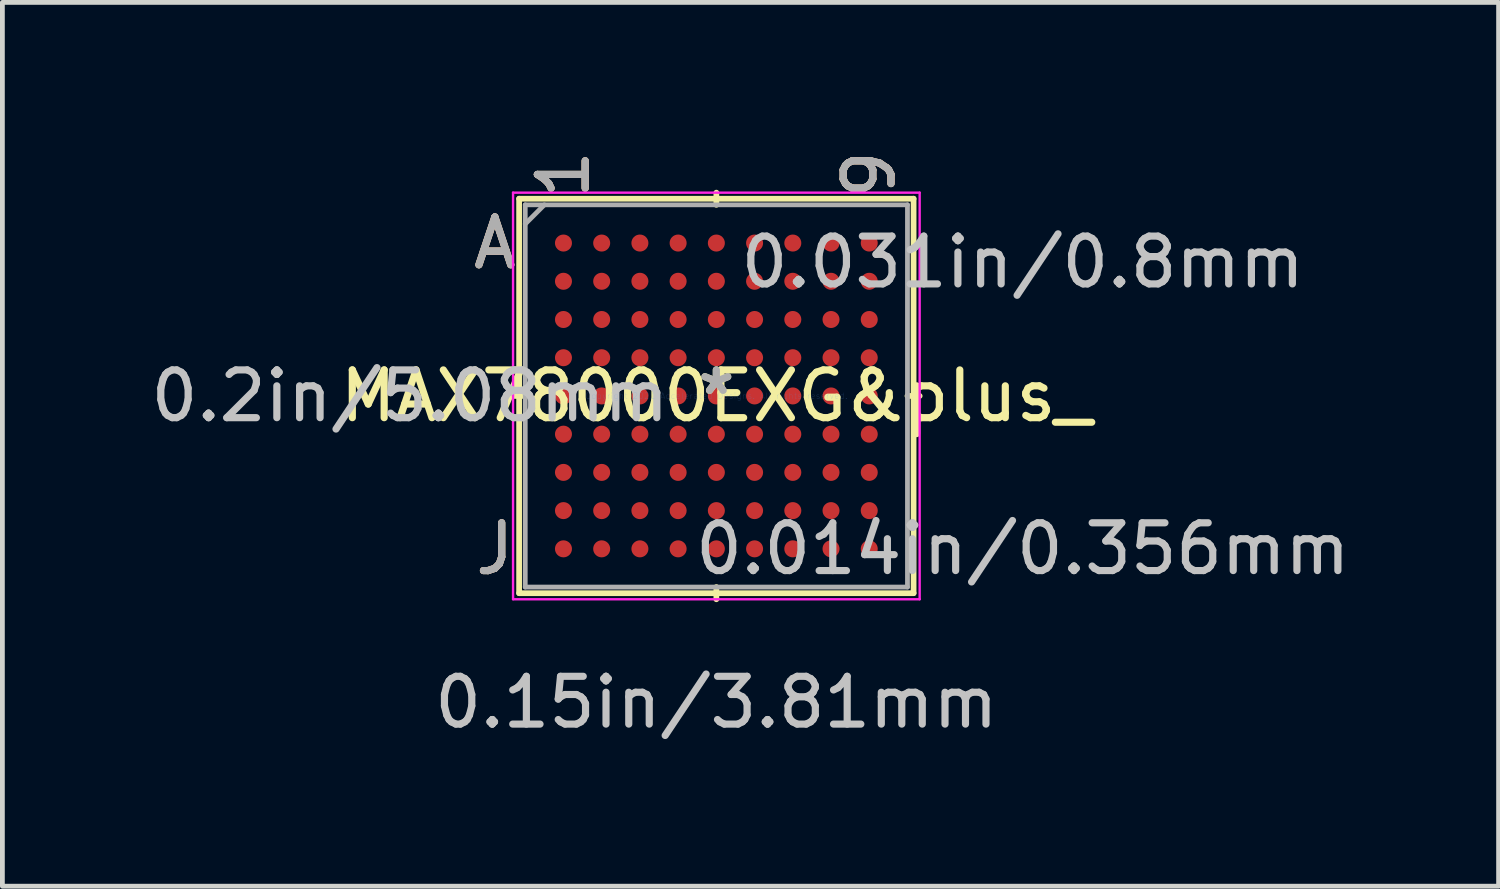
<source format=kicad_pcb>
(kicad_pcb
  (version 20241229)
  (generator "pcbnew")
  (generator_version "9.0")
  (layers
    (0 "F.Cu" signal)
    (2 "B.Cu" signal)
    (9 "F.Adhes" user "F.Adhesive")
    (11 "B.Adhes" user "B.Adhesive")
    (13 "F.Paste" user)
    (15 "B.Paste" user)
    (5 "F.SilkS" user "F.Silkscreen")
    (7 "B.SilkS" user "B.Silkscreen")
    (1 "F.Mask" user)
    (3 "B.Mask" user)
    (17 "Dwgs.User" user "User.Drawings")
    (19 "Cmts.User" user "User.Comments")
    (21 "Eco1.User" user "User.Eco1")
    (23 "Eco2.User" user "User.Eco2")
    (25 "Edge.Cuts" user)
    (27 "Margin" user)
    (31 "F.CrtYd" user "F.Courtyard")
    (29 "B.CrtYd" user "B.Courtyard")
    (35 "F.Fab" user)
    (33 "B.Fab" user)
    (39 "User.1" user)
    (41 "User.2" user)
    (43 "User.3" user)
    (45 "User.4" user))
  (footprint "MAX78000EXG&plus_"
    (layer "F.Cu")
    (at 11.943 5.237)
    (property "Reference" "MAX78000EXG&plus_" (at 0 0 0) (layer "F.SilkS") (effects (font (size 1 1) (thickness 0.15))))
    (attr through_hole)
    (fp_line (start -4.128 -4.128) (end -4.128 4.128) (stroke (width 0.12) (type solid)) (layer "F.SilkS"))
    (fp_line (start -4.128 4.128) (end 4.128 4.128) (stroke (width 0.12) (type solid)) (layer "F.SilkS"))
    (fp_line (start -4 0) (end -4.255 0) (stroke (width 0.12) (type solid)) (layer "F.SilkS"))
    (fp_line (start 0 -4) (end 0 -4.255) (stroke (width 0.12) (type solid)) (layer "F.SilkS"))
    (fp_line (start 0 4) (end 0 4.255) (stroke (width 0.12) (type solid)) (layer "F.SilkS"))
    (fp_line (start 4 0) (end 4.255 0) (stroke (width 0.12) (type solid)) (layer "F.SilkS"))
    (fp_line (start 4.128 -4.128) (end -4.128 -4.128) (stroke (width 0.12) (type solid)) (layer "F.SilkS"))
    (fp_line (start 4.128 4.128) (end 4.128 -4.128) (stroke (width 0.12) (type solid)) (layer "F.SilkS"))
    (fp_line (start -4.255 -4.255) (end 4.255 -4.255) (stroke (width 0.05) (type solid)) (layer "F.CrtYd"))
    (fp_line (start -4.255 4.255) (end -4.255 -4.255) (stroke (width 0.05) (type solid)) (layer "F.CrtYd"))
    (fp_line (start 4.255 -4.255) (end 4.255 4.255) (stroke (width 0.05) (type solid)) (layer "F.CrtYd"))
    (fp_line (start 4.255 4.255) (end -4.255 4.255) (stroke (width 0.05) (type solid)) (layer "F.CrtYd"))
    (fp_line (start -4 -4) (end -4 4) (stroke (width 0.1) (type solid)) (layer "F.Fab"))
    (fp_line (start -4 4) (end 4 4) (stroke (width 0.1) (type solid)) (layer "F.Fab"))
    (fp_line (start -3.6 -4) (end -4 -3.6) (stroke (width 0.1) (type solid)) (layer "F.Fab"))
    (fp_line (start 4 -4) (end -4 -4) (stroke (width 0.1) (type solid)) (layer "F.Fab"))
    (fp_line (start 4 4) (end 4 -4) (stroke (width 0.1) (type solid)) (layer "F.Fab"))
    (fp_text user "*" (at 0 0 0) (layer "F.SilkS") (effects (font (size 1 1) (thickness 0.15))))
    (fp_text user "9" (at 3.2 -4.636 90) (layer "F.SilkS") (effects (font (size 1 1) (thickness 0.15))))
    (fp_text user "J" (at -4.636 3.2 0) (layer "F.SilkS") (effects (font (size 1 1) (thickness 0.15))))
    (fp_text user "A" (at -4.636 -3.2 0) (layer "F.SilkS") (effects (font (size 1 1) (thickness 0.15))))
    (fp_text user "1" (at -3.2 -4.636 90) (layer "F.SilkS") (effects (font (size 1 1) (thickness 0.15))))
    (fp_text user "9" (at 3.2 -4.636 90) (layer "B.SilkS") (effects (font (size 1 1) (thickness 0.15))))
    (fp_text user "1" (at -3.2 -4.636 90) (layer "B.SilkS") (effects (font (size 1 1) (thickness 0.15))))
    (fp_text user "A" (at -4.636 -3.2 0) (layer "B.SilkS") (effects (font (size 1 1) (thickness 0.15))))
    (fp_text user "J" (at -4.636 3.2 0) (layer "B.SilkS") (effects (font (size 1 1) (thickness 0.15))))
    (fp_text user "0.15in/3.81mm" (at 0 6.413 0) (layer "Dwgs.User") (effects (font (size 1 1) (thickness 0.15))))
    (fp_text user "0.031in/0.8mm" (at 6.413 -2.8 0) (layer "Dwgs.User") (effects (font (size 1 1) (thickness 0.15))))
    (fp_text user "0.2in/5.08mm" (at -6.413 0 0) (layer "Dwgs.User") (effects (font (size 1 1) (thickness 0.15))))
    (fp_text user "0.014in/0.356mm" (at 6.413 3.2 0) (layer "Dwgs.User") (effects (font (size 1 1) (thickness 0.15))))
    (fp_text user "Copyright 2021 Accelerated Designs. All rights reserved." (at 0 0 0) (layer "Cmts.User") (effects (font (size 0.127 0.127) (thickness 0.002))))
    (fp_text user "A" (at -4.636 -3.2 0) (layer "F.Fab") (effects (font (size 1 1) (thickness 0.15))))
    (fp_text user "*" (at 0 0 0) (layer "F.Fab") (effects (font (size 1 1) (thickness 0.15))))
    (fp_text user "9" (at 3.2 -4.636 90) (layer "F.Fab") (effects (font (size 1 1) (thickness 0.15))))
    (fp_text user "J" (at -4.636 3.2 0) (layer "F.Fab") (effects (font (size 1 1) (thickness 0.15))))
    (fp_text user "1" (at -3.2 -4.636 90) (layer "F.Fab") (effects (font (size 1 1) (thickness 0.15))))
    (pad "A1" smd circle (at -3.2 -3.2) (size 0.356 0.356) (layers "F.Cu" "F.Mask" "F.Paste"))
    (pad "A2" smd circle (at -2.4 -3.2) (size 0.356 0.356) (layers "F.Cu" "F.Mask" "F.Paste"))
    (pad "A3" smd circle (at -1.6 -3.2) (size 0.356 0.356) (layers "F.Cu" "F.Mask" "F.Paste"))
    (pad "A4" smd circle (at -0.8 -3.2) (size 0.356 0.356) (layers "F.Cu" "F.Mask" "F.Paste"))
    (pad "A5" smd circle (at 0 -3.2) (size 0.356 0.356) (layers "F.Cu" "F.Mask" "F.Paste"))
    (pad "A6" smd circle (at 0.8 -3.2) (size 0.356 0.356) (layers "F.Cu" "F.Mask" "F.Paste"))
    (pad "A7" smd circle (at 1.6 -3.2) (size 0.356 0.356) (layers "F.Cu" "F.Mask" "F.Paste"))
    (pad "A8" smd circle (at 2.4 -3.2) (size 0.356 0.356) (layers "F.Cu" "F.Mask" "F.Paste"))
    (pad "A9" smd circle (at 3.2 -3.2) (size 0.356 0.356) (layers "F.Cu" "F.Mask" "F.Paste"))
    (pad "B1" smd circle (at -3.2 -2.4) (size 0.356 0.356) (layers "F.Cu" "F.Mask" "F.Paste"))
    (pad "B2" smd circle (at -2.4 -2.4) (size 0.356 0.356) (layers "F.Cu" "F.Mask" "F.Paste"))
    (pad "B3" smd circle (at -1.6 -2.4) (size 0.356 0.356) (layers "F.Cu" "F.Mask" "F.Paste"))
    (pad "B4" smd circle (at -0.8 -2.4) (size 0.356 0.356) (layers "F.Cu" "F.Mask" "F.Paste"))
    (pad "B5" smd circle (at 0 -2.4) (size 0.356 0.356) (layers "F.Cu" "F.Mask" "F.Paste"))
    (pad "B6" smd circle (at 0.8 -2.4) (size 0.356 0.356) (layers "F.Cu" "F.Mask" "F.Paste"))
    (pad "B7" smd circle (at 1.6 -2.4) (size 0.356 0.356) (layers "F.Cu" "F.Mask" "F.Paste"))
    (pad "B8" smd circle (at 2.4 -2.4) (size 0.356 0.356) (layers "F.Cu" "F.Mask" "F.Paste"))
    (pad "B9" smd circle (at 3.2 -2.4) (size 0.356 0.356) (layers "F.Cu" "F.Mask" "F.Paste"))
    (pad "C1" smd circle (at -3.2 -1.6) (size 0.356 0.356) (layers "F.Cu" "F.Mask" "F.Paste"))
    (pad "C2" smd circle (at -2.4 -1.6) (size 0.356 0.356) (layers "F.Cu" "F.Mask" "F.Paste"))
    (pad "C3" smd circle (at -1.6 -1.6) (size 0.356 0.356) (layers "F.Cu" "F.Mask" "F.Paste"))
    (pad "C4" smd circle (at -0.8 -1.6) (size 0.356 0.356) (layers "F.Cu" "F.Mask" "F.Paste"))
    (pad "C5" smd circle (at 0 -1.6) (size 0.356 0.356) (layers "F.Cu" "F.Mask" "F.Paste"))
    (pad "C6" smd circle (at 0.8 -1.6) (size 0.356 0.356) (layers "F.Cu" "F.Mask" "F.Paste"))
    (pad "C7" smd circle (at 1.6 -1.6) (size 0.356 0.356) (layers "F.Cu" "F.Mask" "F.Paste"))
    (pad "C8" smd circle (at 2.4 -1.6) (size 0.356 0.356) (layers "F.Cu" "F.Mask" "F.Paste"))
    (pad "C9" smd circle (at 3.2 -1.6) (size 0.356 0.356) (layers "F.Cu" "F.Mask" "F.Paste"))
    (pad "D1" smd circle (at -3.2 -0.8) (size 0.356 0.356) (layers "F.Cu" "F.Mask" "F.Paste"))
    (pad "D2" smd circle (at -2.4 -0.8) (size 0.356 0.356) (layers "F.Cu" "F.Mask" "F.Paste"))
    (pad "D3" smd circle (at -1.6 -0.8) (size 0.356 0.356) (layers "F.Cu" "F.Mask" "F.Paste"))
    (pad "D4" smd circle (at -0.8 -0.8) (size 0.356 0.356) (layers "F.Cu" "F.Mask" "F.Paste"))
    (pad "D5" smd circle (at 0 -0.8) (size 0.356 0.356) (layers "F.Cu" "F.Mask" "F.Paste"))
    (pad "D6" smd circle (at 0.8 -0.8) (size 0.356 0.356) (layers "F.Cu" "F.Mask" "F.Paste"))
    (pad "D7" smd circle (at 1.6 -0.8) (size 0.356 0.356) (layers "F.Cu" "F.Mask" "F.Paste"))
    (pad "D8" smd circle (at 2.4 -0.8) (size 0.356 0.356) (layers "F.Cu" "F.Mask" "F.Paste"))
    (pad "D9" smd circle (at 3.2 -0.8) (size 0.356 0.356) (layers "F.Cu" "F.Mask" "F.Paste"))
    (pad "E1" smd circle (at -3.2 0) (size 0.356 0.356) (layers "F.Cu" "F.Mask" "F.Paste"))
    (pad "E2" smd circle (at -2.4 0) (size 0.356 0.356) (layers "F.Cu" "F.Mask" "F.Paste"))
    (pad "E3" smd circle (at -1.6 0) (size 0.356 0.356) (layers "F.Cu" "F.Mask" "F.Paste"))
    (pad "E4" smd circle (at -0.8 0) (size 0.356 0.356) (layers "F.Cu" "F.Mask" "F.Paste"))
    (pad "E5" smd circle (at 0 0) (size 0.356 0.356) (layers "F.Cu" "F.Mask" "F.Paste"))
    (pad "E6" smd circle (at 0.8 0) (size 0.356 0.356) (layers "F.Cu" "F.Mask" "F.Paste"))
    (pad "E7" smd circle (at 1.6 0) (size 0.356 0.356) (layers "F.Cu" "F.Mask" "F.Paste"))
    (pad "E8" smd circle (at 2.4 0) (size 0.356 0.356) (layers "F.Cu" "F.Mask" "F.Paste"))
    (pad "E9" smd circle (at 3.2 0) (size 0.356 0.356) (layers "F.Cu" "F.Mask" "F.Paste"))
    (pad "F1" smd circle (at -3.2 0.8) (size 0.356 0.356) (layers "F.Cu" "F.Mask" "F.Paste"))
    (pad "F2" smd circle (at -2.4 0.8) (size 0.356 0.356) (layers "F.Cu" "F.Mask" "F.Paste"))
    (pad "F3" smd circle (at -1.6 0.8) (size 0.356 0.356) (layers "F.Cu" "F.Mask" "F.Paste"))
    (pad "F4" smd circle (at -0.8 0.8) (size 0.356 0.356) (layers "F.Cu" "F.Mask" "F.Paste"))
    (pad "F5" smd circle (at 0 0.8) (size 0.356 0.356) (layers "F.Cu" "F.Mask" "F.Paste"))
    (pad "F6" smd circle (at 0.8 0.8) (size 0.356 0.356) (layers "F.Cu" "F.Mask" "F.Paste"))
    (pad "F7" smd circle (at 1.6 0.8) (size 0.356 0.356) (layers "F.Cu" "F.Mask" "F.Paste"))
    (pad "F8" smd circle (at 2.4 0.8) (size 0.356 0.356) (layers "F.Cu" "F.Mask" "F.Paste"))
    (pad "F9" smd circle (at 3.2 0.8) (size 0.356 0.356) (layers "F.Cu" "F.Mask" "F.Paste"))
    (pad "G1" smd circle (at -3.2 1.6) (size 0.356 0.356) (layers "F.Cu" "F.Mask" "F.Paste"))
    (pad "G2" smd circle (at -2.4 1.6) (size 0.356 0.356) (layers "F.Cu" "F.Mask" "F.Paste"))
    (pad "G3" smd circle (at -1.6 1.6) (size 0.356 0.356) (layers "F.Cu" "F.Mask" "F.Paste"))
    (pad "G4" smd circle (at -0.8 1.6) (size 0.356 0.356) (layers "F.Cu" "F.Mask" "F.Paste"))
    (pad "G5" smd circle (at 0 1.6) (size 0.356 0.356) (layers "F.Cu" "F.Mask" "F.Paste"))
    (pad "G6" smd circle (at 0.8 1.6) (size 0.356 0.356) (layers "F.Cu" "F.Mask" "F.Paste"))
    (pad "G7" smd circle (at 1.6 1.6) (size 0.356 0.356) (layers "F.Cu" "F.Mask" "F.Paste"))
    (pad "G8" smd circle (at 2.4 1.6) (size 0.356 0.356) (layers "F.Cu" "F.Mask" "F.Paste"))
    (pad "G9" smd circle (at 3.2 1.6) (size 0.356 0.356) (layers "F.Cu" "F.Mask" "F.Paste"))
    (pad "H1" smd circle (at -3.2 2.4) (size 0.356 0.356) (layers "F.Cu" "F.Mask" "F.Paste"))
    (pad "H2" smd circle (at -2.4 2.4) (size 0.356 0.356) (layers "F.Cu" "F.Mask" "F.Paste"))
    (pad "H3" smd circle (at -1.6 2.4) (size 0.356 0.356) (layers "F.Cu" "F.Mask" "F.Paste"))
    (pad "H4" smd circle (at -0.8 2.4) (size 0.356 0.356) (layers "F.Cu" "F.Mask" "F.Paste"))
    (pad "H5" smd circle (at 0 2.4) (size 0.356 0.356) (layers "F.Cu" "F.Mask" "F.Paste"))
    (pad "H6" smd circle (at 0.8 2.4) (size 0.356 0.356) (layers "F.Cu" "F.Mask" "F.Paste"))
    (pad "H7" smd circle (at 1.6 2.4) (size 0.356 0.356) (layers "F.Cu" "F.Mask" "F.Paste"))
    (pad "H8" smd circle (at 2.4 2.4) (size 0.356 0.356) (layers "F.Cu" "F.Mask" "F.Paste"))
    (pad "H9" smd circle (at 3.2 2.4) (size 0.356 0.356) (layers "F.Cu" "F.Mask" "F.Paste"))
    (pad "J1" smd circle (at -3.2 3.2) (size 0.356 0.356) (layers "F.Cu" "F.Mask" "F.Paste"))
    (pad "J2" smd circle (at -2.4 3.2) (size 0.356 0.356) (layers "F.Cu" "F.Mask" "F.Paste"))
    (pad "J3" smd circle (at -1.6 3.2) (size 0.356 0.356) (layers "F.Cu" "F.Mask" "F.Paste"))
    (pad "J4" smd circle (at -0.8 3.2) (size 0.356 0.356) (layers "F.Cu" "F.Mask" "F.Paste"))
    (pad "J5" smd circle (at 0 3.2) (size 0.356 0.356) (layers "F.Cu" "F.Mask" "F.Paste"))
    (pad "J6" smd circle (at 0.8 3.2) (size 0.356 0.356) (layers "F.Cu" "F.Mask" "F.Paste"))
    (pad "J7" smd circle (at 1.6 3.2) (size 0.356 0.356) (layers "F.Cu" "F.Mask" "F.Paste"))
    (pad "J8" smd circle (at 2.4 3.2) (size 0.356 0.356) (layers "F.Cu" "F.Mask" "F.Paste"))
    (pad "J9" smd circle (at 3.2 3.2) (size 0.356 0.356) (layers "F.Cu" "F.Mask" "F.Paste")))
  (gr_rect
    (start -3 -3)
    (end 28.315 15.498)
    (stroke (width 0.1) (type default))
    (fill no)
    (layer "Edge.Cuts")))
</source>
